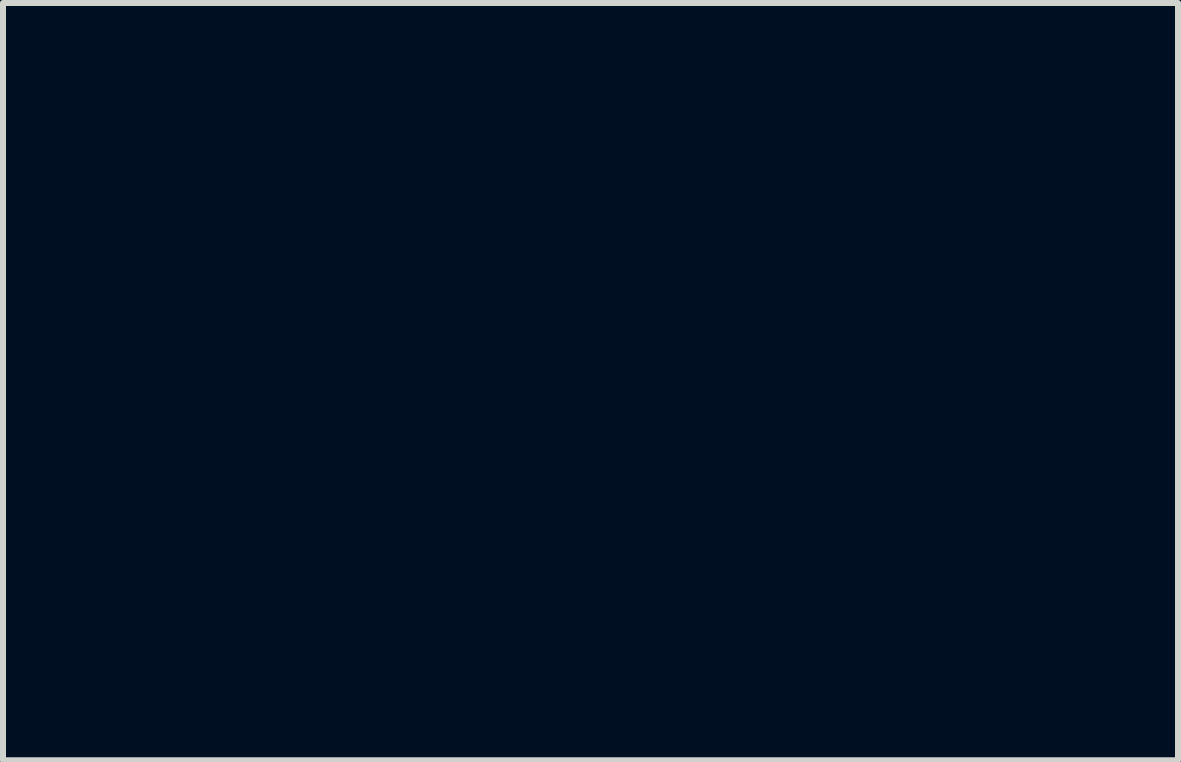
<source format=kicad_pcb>
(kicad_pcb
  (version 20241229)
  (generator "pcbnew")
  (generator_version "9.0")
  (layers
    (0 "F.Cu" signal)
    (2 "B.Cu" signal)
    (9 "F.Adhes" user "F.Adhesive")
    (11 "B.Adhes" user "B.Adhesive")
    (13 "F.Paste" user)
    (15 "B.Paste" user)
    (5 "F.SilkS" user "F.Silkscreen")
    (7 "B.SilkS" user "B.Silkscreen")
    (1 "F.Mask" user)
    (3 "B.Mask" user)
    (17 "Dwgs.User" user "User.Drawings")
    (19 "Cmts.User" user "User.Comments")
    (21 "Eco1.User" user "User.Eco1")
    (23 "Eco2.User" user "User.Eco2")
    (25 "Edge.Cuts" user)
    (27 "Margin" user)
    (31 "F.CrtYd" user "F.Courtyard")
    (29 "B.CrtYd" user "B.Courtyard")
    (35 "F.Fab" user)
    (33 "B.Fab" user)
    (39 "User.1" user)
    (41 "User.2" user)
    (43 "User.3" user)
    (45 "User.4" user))
  (footprint "RamenLogo"
    (layer "F.Cu")
    (at 6.793 3.374)
    (property "Reference" "RamenLogo" (at 0 1.83 0) (layer "F.Mask") (effects (font (size 1.524 1.524) (thickness 0.3))))
    (attr board_only exclude_from_pos_files exclude_from_bom)
    (fp_poly (pts (xy -0.503 -3.333) (xy -0.561 -3.251) (xy -0.586 -3.224) (xy -0.705 -3.101) (xy -0.568 -2.959) (xy -0.488 -2.87) (xy -0.438 -2.799) (xy -0.43 -2.776) (xy -0.453 -2.719) (xy -0.512 -2.643) (xy -0.586 -2.567) (xy -0.658 -2.509) (xy -0.708 -2.487) (xy -0.718 -2.493) (xy -0.71 -2.542) (xy -0.666 -2.578) (xy -0.583 -2.647) (xy -0.544 -2.701) (xy -0.525 -2.762) (xy -0.547 -2.822) (xy -0.621 -2.906) (xy -0.622 -2.908) (xy -0.714 -3.029) (xy -0.735 -3.135) (xy -0.683 -3.241) (xy -0.632 -3.295) (xy -0.545 -3.364) (xy -0.5 -3.374)) (stroke (width 0) (type solid)) (fill yes) (layer "F.Mask"))
    (fp_poly (pts (xy 0.669 -3.333) (xy 0.611 -3.251) (xy 0.586 -3.224) (xy 0.467 -3.101) (xy 0.605 -2.959) (xy 0.684 -2.87) (xy 0.734 -2.799) (xy 0.742 -2.776) (xy 0.719 -2.719) (xy 0.661 -2.643) (xy 0.586 -2.567) (xy 0.515 -2.509) (xy 0.464 -2.487) (xy 0.454 -2.493) (xy 0.463 -2.542) (xy 0.506 -2.578) (xy 0.589 -2.647) (xy 0.628 -2.701) (xy 0.647 -2.762) (xy 0.625 -2.822) (xy 0.552 -2.906) (xy 0.551 -2.908) (xy 0.458 -3.029) (xy 0.438 -3.135) (xy 0.489 -3.241) (xy 0.54 -3.295) (xy 0.627 -3.364) (xy 0.673 -3.374)) (stroke (width 0) (type solid)) (fill yes) (layer "F.Mask"))
    (fp_poly (pts (xy 1.842 -3.333) (xy 1.784 -3.251) (xy 1.758 -3.224) (xy 1.639 -3.101) (xy 1.777 -2.959) (xy 1.856 -2.87) (xy 1.906 -2.799) (xy 1.915 -2.776) (xy 1.891 -2.719) (xy 1.833 -2.643) (xy 1.759 -2.567) (xy 1.687 -2.509) (xy 1.637 -2.487) (xy 1.627 -2.493) (xy 1.635 -2.542) (xy 1.678 -2.578) (xy 1.761 -2.647) (xy 1.8 -2.701) (xy 1.82 -2.762) (xy 1.797 -2.822) (xy 1.724 -2.906) (xy 1.723 -2.908) (xy 1.63 -3.029) (xy 1.61 -3.135) (xy 1.662 -3.241) (xy 1.712 -3.295) (xy 1.8 -3.364) (xy 1.845 -3.374)) (stroke (width 0) (type solid)) (fill yes) (layer "F.Mask"))
    (fp_poly (pts (xy 2.93 -2.218) (xy 2.912 -2.006) (xy 2.864 -1.755) (xy 2.794 -1.497) (xy 2.723 -1.301) (xy 2.522 -0.907) (xy 2.261 -0.553) (xy 1.946 -0.245) (xy 1.588 0.013) (xy 1.193 0.217) (xy 0.771 0.364) (xy 0.33 0.448) (xy -0.123 0.465) (xy -0.579 0.412) (xy -0.586 0.41) (xy -1.037 0.283) (xy -1.457 0.092) (xy -1.839 -0.158) (xy -2.175 -0.459) (xy -2.456 -0.805) (xy -2.676 -1.191) (xy -2.723 -1.301) (xy -2.808 -1.543) (xy -2.875 -1.802) (xy -2.918 -2.048) (xy -2.93 -2.218) (xy -2.931 -2.384) (xy 2.931 -2.384)) (stroke (width 0) (type solid)) (fill yes) (layer "F.Mask"))
    (fp_poly (pts (xy -1.675 -3.333) (xy -1.733 -3.251) (xy -1.759 -3.224) (xy -1.878 -3.101) (xy -1.834 -3.056) (xy -1.74 -2.959) (xy -1.661 -2.87) (xy -1.611 -2.799) (xy -1.602 -2.776) (xy -1.626 -2.719) (xy -1.684 -2.643) (xy -1.758 -2.567) (xy -1.83 -2.509) (xy -1.88 -2.487) (xy -1.89 -2.493) (xy -1.882 -2.542) (xy -1.839 -2.578) (xy -1.756 -2.647) (xy -1.717 -2.701) (xy -1.697 -2.762) (xy -1.72 -2.822) (xy -1.793 -2.906) (xy -1.794 -2.908) (xy -1.887 -3.029) (xy -1.889 -3.04) (xy -1.891 -3.05) (xy -1.893 -3.06) (xy -1.894 -3.065) (xy -1.895 -3.07) (xy -1.896 -3.075) (xy -1.897 -3.081) (xy -1.897 -3.085) (xy -1.898 -3.09) (xy -1.899 -3.095) (xy -1.9 -3.1) (xy -1.901 -3.105) (xy -1.902 -3.11) (xy -1.904 -3.122) (xy -1.907 -3.135) (xy -1.855 -3.241) (xy -1.805 -3.295) (xy -1.717 -3.364) (xy -1.672 -3.374)) (stroke (width 0) (type solid)) (fill yes) (layer "F.Mask")))
  (gr_rect
    (start -3 -3)
    (end 16.585 9.622)
    (stroke (width 0.1) (type default))
    (fill no)
    (layer "Edge.Cuts")))
</source>
